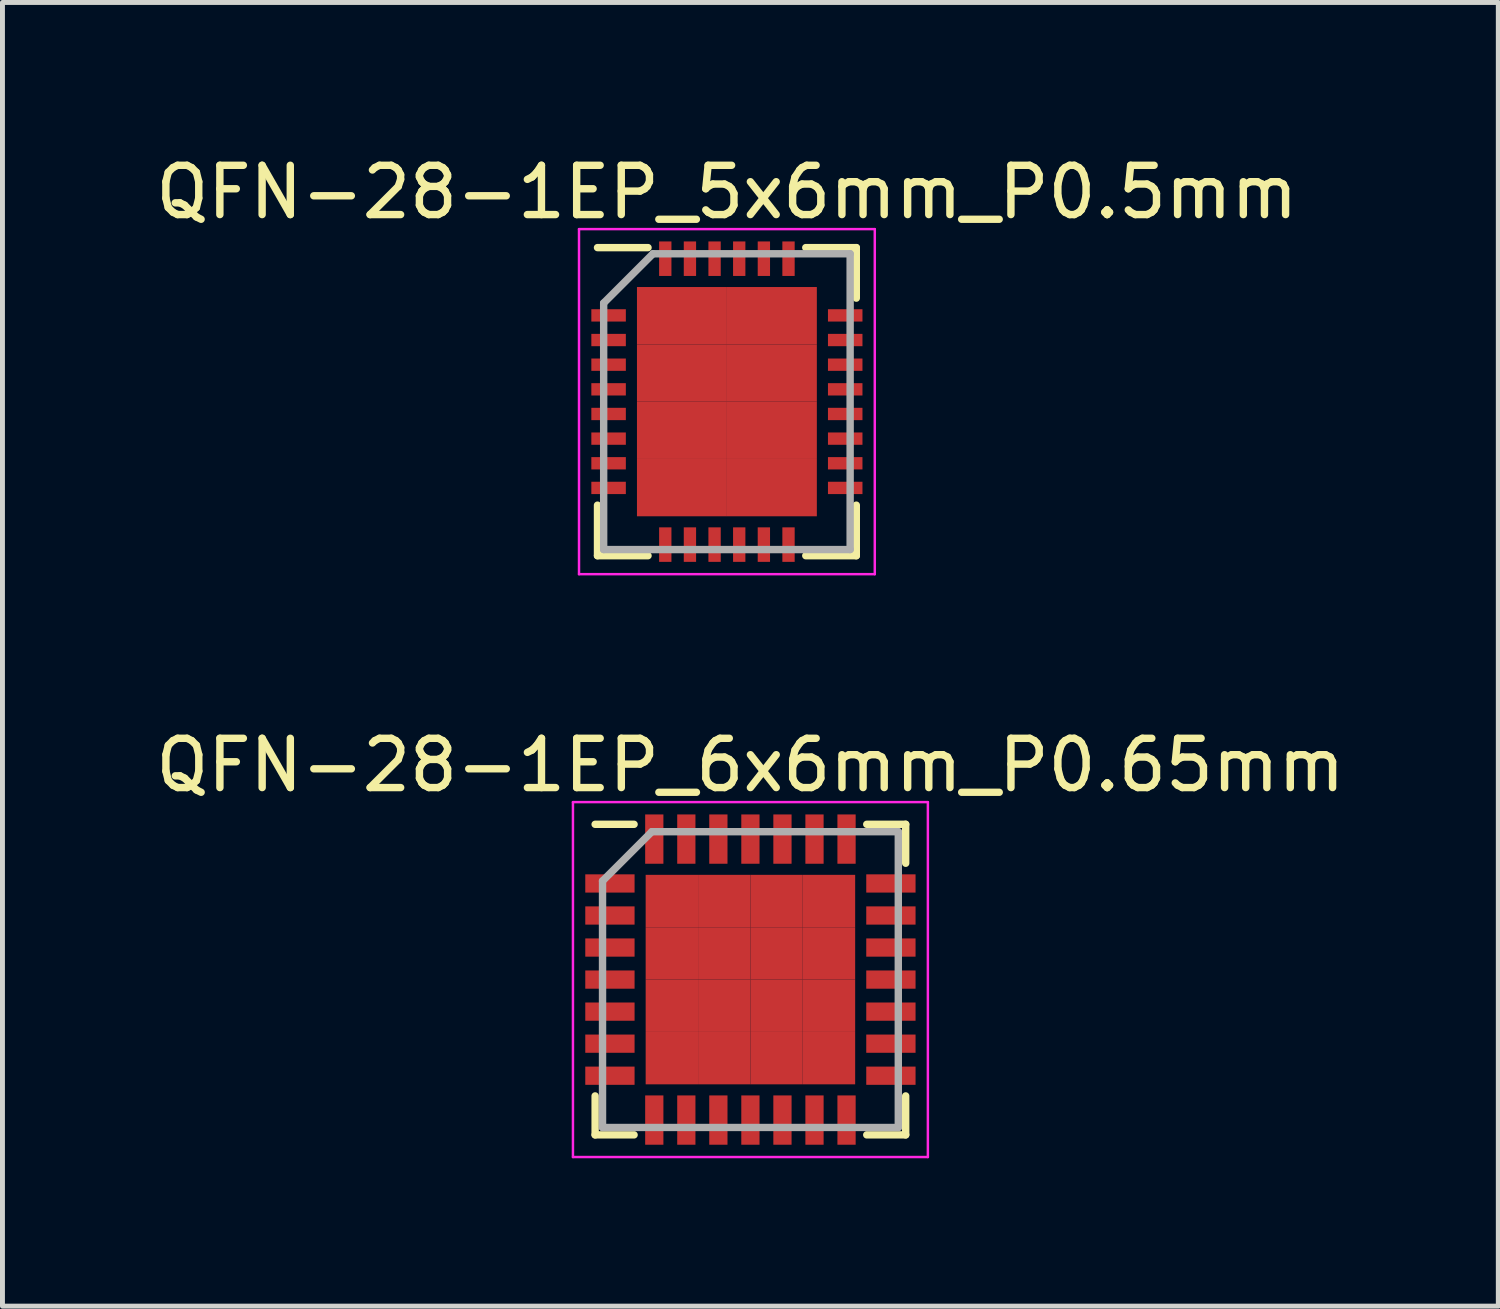
<source format=kicad_pcb>
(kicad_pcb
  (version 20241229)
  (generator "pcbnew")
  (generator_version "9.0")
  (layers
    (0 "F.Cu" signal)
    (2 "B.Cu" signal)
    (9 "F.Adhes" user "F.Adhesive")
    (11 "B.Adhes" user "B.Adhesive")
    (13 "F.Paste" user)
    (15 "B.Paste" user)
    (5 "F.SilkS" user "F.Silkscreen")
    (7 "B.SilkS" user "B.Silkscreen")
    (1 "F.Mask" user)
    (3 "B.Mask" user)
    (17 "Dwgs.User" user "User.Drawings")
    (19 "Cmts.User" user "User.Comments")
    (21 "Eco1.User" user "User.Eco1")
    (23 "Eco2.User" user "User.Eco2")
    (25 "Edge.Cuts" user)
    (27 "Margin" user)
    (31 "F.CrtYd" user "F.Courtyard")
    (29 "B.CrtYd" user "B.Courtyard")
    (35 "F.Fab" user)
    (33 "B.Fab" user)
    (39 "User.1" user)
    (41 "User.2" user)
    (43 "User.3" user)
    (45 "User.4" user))
  (footprint "QFN-28-1EP_6x6mm_P0.65mm"
    (layer "F.Cu")
    (at 12.173 16.822)
    (property "Reference" "QFN-28-1EP_6x6mm_P0.65mm" (at 0 -4.35 0) (layer "F.SilkS") (effects (font (size 1 1) (thickness 0.15))))
    (attr smd)
    (fp_line (start -3.15 -3.15) (end -2.36 -3.15) (stroke (width 0.15) (type solid)) (layer "F.SilkS"))
    (fp_line (start -3.15 3.15) (end -3.15 2.36) (stroke (width 0.15) (type solid)) (layer "F.SilkS"))
    (fp_line (start -3.15 3.15) (end -2.36 3.15) (stroke (width 0.15) (type solid)) (layer "F.SilkS"))
    (fp_line (start 3.15 -3.15) (end 2.36 -3.15) (stroke (width 0.15) (type solid)) (layer "F.SilkS"))
    (fp_line (start 3.15 -3.15) (end 3.15 -2.36) (stroke (width 0.15) (type solid)) (layer "F.SilkS"))
    (fp_line (start 3.15 3.15) (end 2.36 3.15) (stroke (width 0.15) (type solid)) (layer "F.SilkS"))
    (fp_line (start 3.15 3.15) (end 3.15 2.36) (stroke (width 0.15) (type solid)) (layer "F.SilkS"))
    (fp_line (start -3.6 -3.6) (end -3.6 3.6) (stroke (width 0.05) (type solid)) (layer "F.CrtYd"))
    (fp_line (start -3.6 -3.6) (end 3.6 -3.6) (stroke (width 0.05) (type solid)) (layer "F.CrtYd"))
    (fp_line (start -3.6 3.6) (end 3.6 3.6) (stroke (width 0.05) (type solid)) (layer "F.CrtYd"))
    (fp_line (start 3.6 -3.6) (end 3.6 3.6) (stroke (width 0.05) (type solid)) (layer "F.CrtYd"))
    (fp_line (start -3 -2) (end -2 -3) (stroke (width 0.15) (type solid)) (layer "F.Fab"))
    (fp_line (start -3 3) (end -3 -2) (stroke (width 0.15) (type solid)) (layer "F.Fab"))
    (fp_line (start -2 -3) (end 3 -3) (stroke (width 0.15) (type solid)) (layer "F.Fab"))
    (fp_line (start 3 -3) (end 3 3) (stroke (width 0.15) (type solid)) (layer "F.Fab"))
    (fp_line (start 3 3) (end -3 3) (stroke (width 0.15) (type solid)) (layer "F.Fab"))
    (pad "1" smd rect (at -2.85 -1.95) (size 1 0.37) (layers "F.Cu" "F.Mask" "F.Paste"))
    (pad "2" smd rect (at -2.85 -1.3) (size 1 0.37) (layers "F.Cu" "F.Mask" "F.Paste"))
    (pad "3" smd rect (at -2.85 -0.65) (size 1 0.37) (layers "F.Cu" "F.Mask" "F.Paste"))
    (pad "4" smd rect (at -2.85 0) (size 1 0.37) (layers "F.Cu" "F.Mask" "F.Paste"))
    (pad "5" smd rect (at -2.85 0.65) (size 1 0.37) (layers "F.Cu" "F.Mask" "F.Paste"))
    (pad "6" smd rect (at -2.85 1.3) (size 1 0.37) (layers "F.Cu" "F.Mask" "F.Paste"))
    (pad "7" smd rect (at -2.85 1.95) (size 1 0.37) (layers "F.Cu" "F.Mask" "F.Paste"))
    (pad "8" smd rect (at -1.95 2.85 90) (size 1 0.37) (layers "F.Cu" "F.Mask" "F.Paste"))
    (pad "9" smd rect (at -1.3 2.85 90) (size 1 0.37) (layers "F.Cu" "F.Mask" "F.Paste"))
    (pad "10" smd rect (at -0.65 2.85 90) (size 1 0.37) (layers "F.Cu" "F.Mask" "F.Paste"))
    (pad "11" smd rect (at 0 2.85 90) (size 1 0.37) (layers "F.Cu" "F.Mask" "F.Paste"))
    (pad "12" smd rect (at 0.65 2.85 90) (size 1 0.37) (layers "F.Cu" "F.Mask" "F.Paste"))
    (pad "13" smd rect (at 1.3 2.85 90) (size 1 0.37) (layers "F.Cu" "F.Mask" "F.Paste"))
    (pad "14" smd rect (at 1.95 2.85 90) (size 1 0.37) (layers "F.Cu" "F.Mask" "F.Paste"))
    (pad "15" smd rect (at 2.85 1.95) (size 1 0.37) (layers "F.Cu" "F.Mask" "F.Paste"))
    (pad "16" smd rect (at 2.85 1.3) (size 1 0.37) (layers "F.Cu" "F.Mask" "F.Paste"))
    (pad "17" smd rect (at 2.85 0.65) (size 1 0.37) (layers "F.Cu" "F.Mask" "F.Paste"))
    (pad "18" smd rect (at 2.85 0) (size 1 0.37) (layers "F.Cu" "F.Mask" "F.Paste"))
    (pad "19" smd rect (at 2.85 -0.65) (size 1 0.37) (layers "F.Cu" "F.Mask" "F.Paste"))
    (pad "20" smd rect (at 2.85 -1.3) (size 1 0.37) (layers "F.Cu" "F.Mask" "F.Paste"))
    (pad "21" smd rect (at 2.85 -1.95) (size 1 0.37) (layers "F.Cu" "F.Mask" "F.Paste"))
    (pad "22" smd rect (at 1.95 -2.85 90) (size 1 0.37) (layers "F.Cu" "F.Mask" "F.Paste"))
    (pad "23" smd rect (at 1.3 -2.85 90) (size 1 0.37) (layers "F.Cu" "F.Mask" "F.Paste"))
    (pad "24" smd rect (at 0.65 -2.85 90) (size 1 0.37) (layers "F.Cu" "F.Mask" "F.Paste"))
    (pad "25" smd rect (at 0 -2.85 90) (size 1 0.37) (layers "F.Cu" "F.Mask" "F.Paste"))
    (pad "26" smd rect (at -0.65 -2.85 90) (size 1 0.37) (layers "F.Cu" "F.Mask" "F.Paste"))
    (pad "27" smd rect (at -1.3 -2.85 90) (size 1 0.37) (layers "F.Cu" "F.Mask" "F.Paste"))
    (pad "28" smd rect (at -1.95 -2.85 90) (size 1 0.37) (layers "F.Cu" "F.Mask" "F.Paste"))
    (pad "29" smd rect (at -1.594 -1.594) (size 1.062 1.062) (layers "F.Cu" "F.Mask" "F.Paste"))
    (pad "29" smd rect (at -1.594 -0.531) (size 1.062 1.062) (layers "F.Cu" "F.Mask" "F.Paste"))
    (pad "29" smd rect (at -1.594 0.531) (size 1.062 1.062) (layers "F.Cu" "F.Mask" "F.Paste"))
    (pad "29" smd rect (at -1.594 1.594) (size 1.062 1.062) (layers "F.Cu" "F.Mask" "F.Paste"))
    (pad "29" smd rect (at -0.531 -1.594) (size 1.062 1.062) (layers "F.Cu" "F.Mask" "F.Paste"))
    (pad "29" smd rect (at -0.531 -0.531) (size 1.062 1.062) (layers "F.Cu" "F.Mask" "F.Paste"))
    (pad "29" smd rect (at -0.531 0.531) (size 1.062 1.062) (layers "F.Cu" "F.Mask" "F.Paste"))
    (pad "29" smd rect (at -0.531 1.594) (size 1.062 1.062) (layers "F.Cu" "F.Mask" "F.Paste"))
    (pad "29" smd rect (at 0.531 -1.594) (size 1.062 1.062) (layers "F.Cu" "F.Mask" "F.Paste"))
    (pad "29" smd rect (at 0.531 -0.531) (size 1.062 1.062) (layers "F.Cu" "F.Mask" "F.Paste"))
    (pad "29" smd rect (at 0.531 0.531) (size 1.062 1.062) (layers "F.Cu" "F.Mask" "F.Paste"))
    (pad "29" smd rect (at 0.531 1.594) (size 1.062 1.062) (layers "F.Cu" "F.Mask" "F.Paste"))
    (pad "29" smd rect (at 1.594 -1.594) (size 1.062 1.062) (layers "F.Cu" "F.Mask" "F.Paste"))
    (pad "29" smd rect (at 1.594 -0.531) (size 1.062 1.062) (layers "F.Cu" "F.Mask" "F.Paste"))
    (pad "29" smd rect (at 1.594 0.531) (size 1.062 1.062) (layers "F.Cu" "F.Mask" "F.Paste"))
    (pad "29" smd rect (at 1.594 1.594) (size 1.062 1.062) (layers "F.Cu" "F.Mask" "F.Paste")))
  (footprint "QFN-28-1EP_5x6mm_P0.5mm"
    (layer "F.Cu")
    (at 11.696 5.098)
    (property "Reference" "QFN-28-1EP_5x6mm_P0.5mm" (at 0 -4.25 0) (layer "F.SilkS") (effects (font (size 1 1) (thickness 0.15))))
    (attr smd)
    (fp_line (start -2.625 -3.125) (end -1.6 -3.125) (stroke (width 0.15) (type solid)) (layer "F.SilkS"))
    (fp_line (start -2.625 3.125) (end -2.625 2.1) (stroke (width 0.15) (type solid)) (layer "F.SilkS"))
    (fp_line (start -2.625 3.125) (end -1.6 3.125) (stroke (width 0.15) (type solid)) (layer "F.SilkS"))
    (fp_line (start 2.625 -3.125) (end 1.6 -3.125) (stroke (width 0.15) (type solid)) (layer "F.SilkS"))
    (fp_line (start 2.625 -3.125) (end 2.625 -2.1) (stroke (width 0.15) (type solid)) (layer "F.SilkS"))
    (fp_line (start 2.625 3.125) (end 1.6 3.125) (stroke (width 0.15) (type solid)) (layer "F.SilkS"))
    (fp_line (start 2.625 3.125) (end 2.625 2.1) (stroke (width 0.15) (type solid)) (layer "F.SilkS"))
    (fp_line (start -3 -3.5) (end -3 3.5) (stroke (width 0.05) (type solid)) (layer "F.CrtYd"))
    (fp_line (start -3 -3.5) (end 3 -3.5) (stroke (width 0.05) (type solid)) (layer "F.CrtYd"))
    (fp_line (start -3 3.5) (end 3 3.5) (stroke (width 0.05) (type solid)) (layer "F.CrtYd"))
    (fp_line (start 3 -3.5) (end 3 3.5) (stroke (width 0.05) (type solid)) (layer "F.CrtYd"))
    (fp_line (start -2.5 -2) (end -1.5 -3) (stroke (width 0.15) (type solid)) (layer "F.Fab"))
    (fp_line (start -2.5 3) (end -2.5 -2) (stroke (width 0.15) (type solid)) (layer "F.Fab"))
    (fp_line (start -1.5 -3) (end 2.5 -3) (stroke (width 0.15) (type solid)) (layer "F.Fab"))
    (fp_line (start 2.5 -3) (end 2.5 3) (stroke (width 0.15) (type solid)) (layer "F.Fab"))
    (fp_line (start 2.5 3) (end -2.5 3) (stroke (width 0.15) (type solid)) (layer "F.Fab"))
    (pad "1" smd rect (at -2.4 -1.75) (size 0.7 0.25) (layers "F.Cu" "F.Mask" "F.Paste"))
    (pad "2" smd rect (at -2.4 -1.25) (size 0.7 0.25) (layers "F.Cu" "F.Mask" "F.Paste"))
    (pad "3" smd rect (at -2.4 -0.75) (size 0.7 0.25) (layers "F.Cu" "F.Mask" "F.Paste"))
    (pad "4" smd rect (at -2.4 -0.25) (size 0.7 0.25) (layers "F.Cu" "F.Mask" "F.Paste"))
    (pad "5" smd rect (at -2.4 0.25) (size 0.7 0.25) (layers "F.Cu" "F.Mask" "F.Paste"))
    (pad "6" smd rect (at -2.4 0.75) (size 0.7 0.25) (layers "F.Cu" "F.Mask" "F.Paste"))
    (pad "7" smd rect (at -2.4 1.25) (size 0.7 0.25) (layers "F.Cu" "F.Mask" "F.Paste"))
    (pad "8" smd rect (at -2.4 1.75) (size 0.7 0.25) (layers "F.Cu" "F.Mask" "F.Paste"))
    (pad "9" smd rect (at -1.25 2.9 90) (size 0.7 0.25) (layers "F.Cu" "F.Mask" "F.Paste"))
    (pad "10" smd rect (at -0.75 2.9 90) (size 0.7 0.25) (layers "F.Cu" "F.Mask" "F.Paste"))
    (pad "11" smd rect (at -0.25 2.9 90) (size 0.7 0.25) (layers "F.Cu" "F.Mask" "F.Paste"))
    (pad "12" smd rect (at 0.25 2.9 90) (size 0.7 0.25) (layers "F.Cu" "F.Mask" "F.Paste"))
    (pad "13" smd rect (at 0.75 2.9 90) (size 0.7 0.25) (layers "F.Cu" "F.Mask" "F.Paste"))
    (pad "14" smd rect (at 1.25 2.9 90) (size 0.7 0.25) (layers "F.Cu" "F.Mask" "F.Paste"))
    (pad "15" smd rect (at 2.4 1.75) (size 0.7 0.25) (layers "F.Cu" "F.Mask" "F.Paste"))
    (pad "16" smd rect (at 2.4 1.25) (size 0.7 0.25) (layers "F.Cu" "F.Mask" "F.Paste"))
    (pad "17" smd rect (at 2.4 0.75) (size 0.7 0.25) (layers "F.Cu" "F.Mask" "F.Paste"))
    (pad "18" smd rect (at 2.4 0.25) (size 0.7 0.25) (layers "F.Cu" "F.Mask" "F.Paste"))
    (pad "19" smd rect (at 2.4 -0.25) (size 0.7 0.25) (layers "F.Cu" "F.Mask" "F.Paste"))
    (pad "20" smd rect (at 2.4 -0.75) (size 0.7 0.25) (layers "F.Cu" "F.Mask" "F.Paste"))
    (pad "21" smd rect (at 2.4 -1.25) (size 0.7 0.25) (layers "F.Cu" "F.Mask" "F.Paste"))
    (pad "22" smd rect (at 2.4 -1.75) (size 0.7 0.25) (layers "F.Cu" "F.Mask" "F.Paste"))
    (pad "23" smd rect (at 1.25 -2.9 90) (size 0.7 0.25) (layers "F.Cu" "F.Mask" "F.Paste"))
    (pad "24" smd rect (at 0.75 -2.9 90) (size 0.7 0.25) (layers "F.Cu" "F.Mask" "F.Paste"))
    (pad "25" smd rect (at 0.25 -2.9 90) (size 0.7 0.25) (layers "F.Cu" "F.Mask" "F.Paste"))
    (pad "26" smd rect (at -0.25 -2.9 90) (size 0.7 0.25) (layers "F.Cu" "F.Mask" "F.Paste"))
    (pad "27" smd rect (at -0.75 -2.9 90) (size 0.7 0.25) (layers "F.Cu" "F.Mask" "F.Paste"))
    (pad "28" smd rect (at -1.25 -2.9 90) (size 0.7 0.25) (layers "F.Cu" "F.Mask" "F.Paste"))
    (pad "29" smd rect (at -0.912 -1.744) (size 1.825 1.163) (layers "F.Cu" "F.Mask" "F.Paste"))
    (pad "29" smd rect (at -0.912 -0.581) (size 1.825 1.163) (layers "F.Cu" "F.Mask" "F.Paste"))
    (pad "29" smd rect (at -0.912 0.581) (size 1.825 1.163) (layers "F.Cu" "F.Mask" "F.Paste"))
    (pad "29" smd rect (at -0.912 1.744) (size 1.825 1.163) (layers "F.Cu" "F.Mask" "F.Paste"))
    (pad "29" smd rect (at 0.912 -1.744) (size 1.825 1.163) (layers "F.Cu" "F.Mask" "F.Paste"))
    (pad "29" smd rect (at 0.912 -0.581) (size 1.825 1.163) (layers "F.Cu" "F.Mask" "F.Paste"))
    (pad "29" smd rect (at 0.912 0.581) (size 1.825 1.163) (layers "F.Cu" "F.Mask" "F.Paste"))
    (pad "29" smd rect (at 0.912 1.744) (size 1.825 1.163) (layers "F.Cu" "F.Mask" "F.Paste")))
  (gr_rect
    (start -3 -3)
    (end 27.345 23.447)
    (stroke (width 0.1) (type default))
    (fill no)
    (layer "Edge.Cuts")))
</source>
